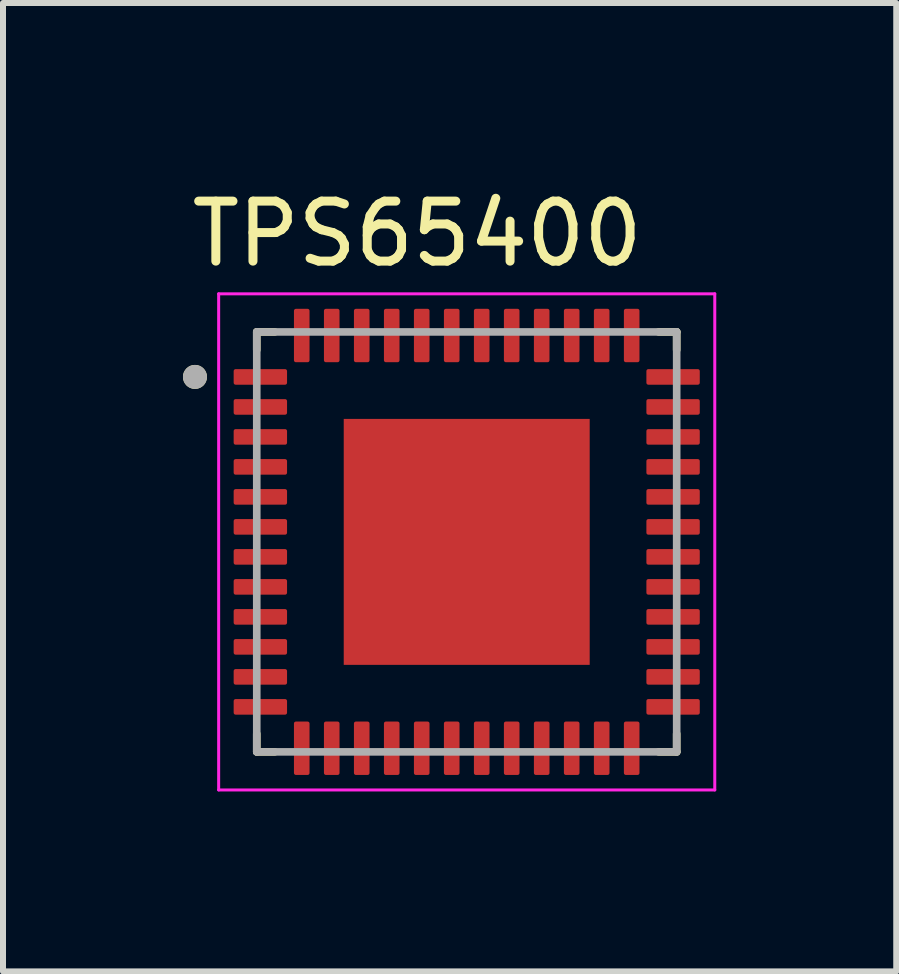
<source format=kicad_pcb>
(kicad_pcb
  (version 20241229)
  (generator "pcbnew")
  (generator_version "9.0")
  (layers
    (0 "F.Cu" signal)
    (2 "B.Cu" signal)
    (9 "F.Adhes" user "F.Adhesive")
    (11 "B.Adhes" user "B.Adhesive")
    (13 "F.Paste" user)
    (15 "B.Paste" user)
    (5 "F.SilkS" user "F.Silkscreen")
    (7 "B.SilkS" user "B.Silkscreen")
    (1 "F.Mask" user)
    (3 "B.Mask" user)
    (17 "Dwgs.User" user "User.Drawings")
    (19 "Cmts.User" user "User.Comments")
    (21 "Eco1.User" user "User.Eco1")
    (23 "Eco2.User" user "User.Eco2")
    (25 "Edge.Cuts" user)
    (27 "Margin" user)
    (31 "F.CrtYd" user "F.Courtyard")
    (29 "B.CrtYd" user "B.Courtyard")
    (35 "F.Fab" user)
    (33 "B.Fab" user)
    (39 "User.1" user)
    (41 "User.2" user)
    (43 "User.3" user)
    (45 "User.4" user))
  (footprint "TPS65400"
    (layer "F.Cu")
    (at 4.73 5.983)
    (property "Reference" "TPS65400" (at -0.825 -5.135 0) (layer "F.SilkS") (effects (font (size 1 1) (thickness 0.15))))
    (attr smd)
    (fp_line (start -3.5 -3.5) (end -3.5 -3.2) (stroke (width 0.127) (type solid)) (layer "F.SilkS"))
    (fp_line (start -3.5 -3.5) (end -3.2 -3.5) (stroke (width 0.127) (type solid)) (layer "F.SilkS"))
    (fp_line (start -3.5 3.5) (end -3.5 3.2) (stroke (width 0.127) (type solid)) (layer "F.SilkS"))
    (fp_line (start -3.5 3.5) (end -3.2 3.5) (stroke (width 0.127) (type solid)) (layer "F.SilkS"))
    (fp_line (start 3.5 -3.5) (end 3.2 -3.5) (stroke (width 0.127) (type solid)) (layer "F.SilkS"))
    (fp_line (start 3.5 -3.5) (end 3.5 -3.2) (stroke (width 0.127) (type solid)) (layer "F.SilkS"))
    (fp_line (start 3.5 3.5) (end 3.2 3.5) (stroke (width 0.127) (type solid)) (layer "F.SilkS"))
    (fp_line (start 3.5 3.5) (end 3.5 3.2) (stroke (width 0.127) (type solid)) (layer "F.SilkS"))
    (fp_circle (center -4.53 -2.75) (end -4.43 -2.75) (stroke (width 0.2) (type solid)) (fill no) (layer "F.SilkS"))
    (fp_poly (pts (xy -1.675 -1.675) (xy -0.375 -1.675) (xy -0.375 -0.375) (xy -1.675 -0.375)) (stroke (width 0.01) (type solid)) (fill yes) (layer "F.Paste"))
    (fp_poly (pts (xy -1.675 0.375) (xy -0.375 0.375) (xy -0.375 1.675) (xy -1.675 1.675)) (stroke (width 0.01) (type solid)) (fill yes) (layer "F.Paste"))
    (fp_poly (pts (xy 0.375 -1.675) (xy 1.675 -1.675) (xy 1.675 -0.375) (xy 0.375 -0.375)) (stroke (width 0.01) (type solid)) (fill yes) (layer "F.Paste"))
    (fp_poly (pts (xy 0.375 0.375) (xy 1.675 0.375) (xy 1.675 1.675) (xy 0.375 1.675)) (stroke (width 0.01) (type solid)) (fill yes) (layer "F.Paste"))
    (fp_line (start -4.135 -4.135) (end 4.135 -4.135) (stroke (width 0.05) (type solid)) (layer "F.CrtYd"))
    (fp_line (start -4.135 4.135) (end -4.135 -4.135) (stroke (width 0.05) (type solid)) (layer "F.CrtYd"))
    (fp_line (start -4.135 4.135) (end 4.135 4.135) (stroke (width 0.05) (type solid)) (layer "F.CrtYd"))
    (fp_line (start 4.135 4.135) (end 4.135 -4.135) (stroke (width 0.05) (type solid)) (layer "F.CrtYd"))
    (fp_line (start -3.5 3.5) (end -3.5 -3.5) (stroke (width 0.127) (type solid)) (layer "F.Fab"))
    (fp_line (start 3.5 -3.5) (end -3.5 -3.5) (stroke (width 0.127) (type solid)) (layer "F.Fab"))
    (fp_line (start 3.5 3.5) (end -3.5 3.5) (stroke (width 0.127) (type solid)) (layer "F.Fab"))
    (fp_line (start 3.5 3.5) (end 3.5 -3.5) (stroke (width 0.127) (type solid)) (layer "F.Fab"))
    (fp_circle (center -4.53 -2.75) (end -4.43 -2.75) (stroke (width 0.2) (type solid)) (fill no) (layer "F.Fab"))
    (pad "1" smd roundrect (at -3.44 -2.75) (size 0.89 0.26) (layers "F.Cu" "F.Mask" "F.Paste") (roundrect_rratio 0.125))
    (pad "2" smd roundrect (at -3.44 -2.25) (size 0.89 0.26) (layers "F.Cu" "F.Mask" "F.Paste") (roundrect_rratio 0.125))
    (pad "3" smd roundrect (at -3.44 -1.75) (size 0.89 0.26) (layers "F.Cu" "F.Mask" "F.Paste") (roundrect_rratio 0.125))
    (pad "4" smd roundrect (at -3.44 -1.25) (size 0.89 0.26) (layers "F.Cu" "F.Mask" "F.Paste") (roundrect_rratio 0.125))
    (pad "5" smd roundrect (at -3.44 -0.75) (size 0.89 0.26) (layers "F.Cu" "F.Mask" "F.Paste") (roundrect_rratio 0.125))
    (pad "6" smd roundrect (at -3.44 -0.25) (size 0.89 0.26) (layers "F.Cu" "F.Mask" "F.Paste") (roundrect_rratio 0.125))
    (pad "7" smd roundrect (at -3.44 0.25) (size 0.89 0.26) (layers "F.Cu" "F.Mask" "F.Paste") (roundrect_rratio 0.125))
    (pad "8" smd roundrect (at -3.44 0.75) (size 0.89 0.26) (layers "F.Cu" "F.Mask" "F.Paste") (roundrect_rratio 0.125))
    (pad "9" smd roundrect (at -3.44 1.25) (size 0.89 0.26) (layers "F.Cu" "F.Mask" "F.Paste") (roundrect_rratio 0.125))
    (pad "10" smd roundrect (at -3.44 1.75) (size 0.89 0.26) (layers "F.Cu" "F.Mask" "F.Paste") (roundrect_rratio 0.125))
    (pad "11" smd roundrect (at -3.44 2.25) (size 0.89 0.26) (layers "F.Cu" "F.Mask" "F.Paste") (roundrect_rratio 0.125))
    (pad "12" smd roundrect (at -3.44 2.75) (size 0.89 0.26) (layers "F.Cu" "F.Mask" "F.Paste") (roundrect_rratio 0.125))
    (pad "13" smd roundrect (at -2.75 3.44 90) (size 0.89 0.26) (layers "F.Cu" "F.Mask" "F.Paste") (roundrect_rratio 0.125))
    (pad "14" smd roundrect (at -2.25 3.44 90) (size 0.89 0.26) (layers "F.Cu" "F.Mask" "F.Paste") (roundrect_rratio 0.125))
    (pad "15" smd roundrect (at -1.75 3.44 90) (size 0.89 0.26) (layers "F.Cu" "F.Mask" "F.Paste") (roundrect_rratio 0.125))
    (pad "16" smd roundrect (at -1.25 3.44 90) (size 0.89 0.26) (layers "F.Cu" "F.Mask" "F.Paste") (roundrect_rratio 0.125))
    (pad "17" smd roundrect (at -0.75 3.44 90) (size 0.89 0.26) (layers "F.Cu" "F.Mask" "F.Paste") (roundrect_rratio 0.125))
    (pad "18" smd roundrect (at -0.25 3.44 90) (size 0.89 0.26) (layers "F.Cu" "F.Mask" "F.Paste") (roundrect_rratio 0.125))
    (pad "19" smd roundrect (at 0.25 3.44 90) (size 0.89 0.26) (layers "F.Cu" "F.Mask" "F.Paste") (roundrect_rratio 0.125))
    (pad "20" smd roundrect (at 0.75 3.44 90) (size 0.89 0.26) (layers "F.Cu" "F.Mask" "F.Paste") (roundrect_rratio 0.125))
    (pad "21" smd roundrect (at 1.25 3.44 90) (size 0.89 0.26) (layers "F.Cu" "F.Mask" "F.Paste") (roundrect_rratio 0.125))
    (pad "22" smd roundrect (at 1.75 3.44 90) (size 0.89 0.26) (layers "F.Cu" "F.Mask" "F.Paste") (roundrect_rratio 0.125))
    (pad "23" smd roundrect (at 2.25 3.44 90) (size 0.89 0.26) (layers "F.Cu" "F.Mask" "F.Paste") (roundrect_rratio 0.125))
    (pad "24" smd roundrect (at 2.75 3.44 90) (size 0.89 0.26) (layers "F.Cu" "F.Mask" "F.Paste") (roundrect_rratio 0.125))
    (pad "25" smd roundrect (at 3.44 2.75) (size 0.89 0.26) (layers "F.Cu" "F.Mask" "F.Paste") (roundrect_rratio 0.125))
    (pad "26" smd roundrect (at 3.44 2.25) (size 0.89 0.26) (layers "F.Cu" "F.Mask" "F.Paste") (roundrect_rratio 0.125))
    (pad "27" smd roundrect (at 3.44 1.75) (size 0.89 0.26) (layers "F.Cu" "F.Mask" "F.Paste") (roundrect_rratio 0.125))
    (pad "28" smd roundrect (at 3.44 1.25) (size 0.89 0.26) (layers "F.Cu" "F.Mask" "F.Paste") (roundrect_rratio 0.125))
    (pad "29" smd roundrect (at 3.44 0.75) (size 0.89 0.26) (layers "F.Cu" "F.Mask" "F.Paste") (roundrect_rratio 0.125))
    (pad "30" smd roundrect (at 3.44 0.25) (size 0.89 0.26) (layers "F.Cu" "F.Mask" "F.Paste") (roundrect_rratio 0.125))
    (pad "31" smd roundrect (at 3.44 -0.25) (size 0.89 0.26) (layers "F.Cu" "F.Mask" "F.Paste") (roundrect_rratio 0.125))
    (pad "32" smd roundrect (at 3.44 -0.75) (size 0.89 0.26) (layers "F.Cu" "F.Mask" "F.Paste") (roundrect_rratio 0.125))
    (pad "33" smd roundrect (at 3.44 -1.25) (size 0.89 0.26) (layers "F.Cu" "F.Mask" "F.Paste") (roundrect_rratio 0.125))
    (pad "34" smd roundrect (at 3.44 -1.75) (size 0.89 0.26) (layers "F.Cu" "F.Mask" "F.Paste") (roundrect_rratio 0.125))
    (pad "35" smd roundrect (at 3.44 -2.25) (size 0.89 0.26) (layers "F.Cu" "F.Mask" "F.Paste") (roundrect_rratio 0.125))
    (pad "36" smd roundrect (at 3.44 -2.75) (size 0.89 0.26) (layers "F.Cu" "F.Mask" "F.Paste") (roundrect_rratio 0.125))
    (pad "37" smd roundrect (at 2.75 -3.44 90) (size 0.89 0.26) (layers "F.Cu" "F.Mask" "F.Paste") (roundrect_rratio 0.125))
    (pad "38" smd roundrect (at 2.25 -3.44 90) (size 0.89 0.26) (layers "F.Cu" "F.Mask" "F.Paste") (roundrect_rratio 0.125))
    (pad "39" smd roundrect (at 1.75 -3.44 90) (size 0.89 0.26) (layers "F.Cu" "F.Mask" "F.Paste") (roundrect_rratio 0.125))
    (pad "40" smd roundrect (at 1.25 -3.44 90) (size 0.89 0.26) (layers "F.Cu" "F.Mask" "F.Paste") (roundrect_rratio 0.125))
    (pad "41" smd roundrect (at 0.75 -3.44 90) (size 0.89 0.26) (layers "F.Cu" "F.Mask" "F.Paste") (roundrect_rratio 0.125))
    (pad "42" smd roundrect (at 0.25 -3.44 90) (size 0.89 0.26) (layers "F.Cu" "F.Mask" "F.Paste") (roundrect_rratio 0.125))
    (pad "43" smd roundrect (at -0.25 -3.44 90) (size 0.89 0.26) (layers "F.Cu" "F.Mask" "F.Paste") (roundrect_rratio 0.125))
    (pad "44" smd roundrect (at -0.75 -3.44 90) (size 0.89 0.26) (layers "F.Cu" "F.Mask" "F.Paste") (roundrect_rratio 0.125))
    (pad "45" smd roundrect (at -1.25 -3.44 90) (size 0.89 0.26) (layers "F.Cu" "F.Mask" "F.Paste") (roundrect_rratio 0.125))
    (pad "46" smd roundrect (at -1.75 -3.44 90) (size 0.89 0.26) (layers "F.Cu" "F.Mask" "F.Paste") (roundrect_rratio 0.125))
    (pad "47" smd roundrect (at -2.25 -3.44 90) (size 0.89 0.26) (layers "F.Cu" "F.Mask" "F.Paste") (roundrect_rratio 0.125))
    (pad "48" smd roundrect (at -2.75 -3.44 90) (size 0.89 0.26) (layers "F.Cu" "F.Mask" "F.Paste") (roundrect_rratio 0.125))
    (pad "49" smd rect (at 0 0) (size 4.1 4.1) (layers "F.Cu" "F.Mask")))
  (gr_rect
    (start -3 -3)
    (end 11.89 13.143)
    (stroke (width 0.1) (type default))
    (fill no)
    (layer "Edge.Cuts")))
</source>
